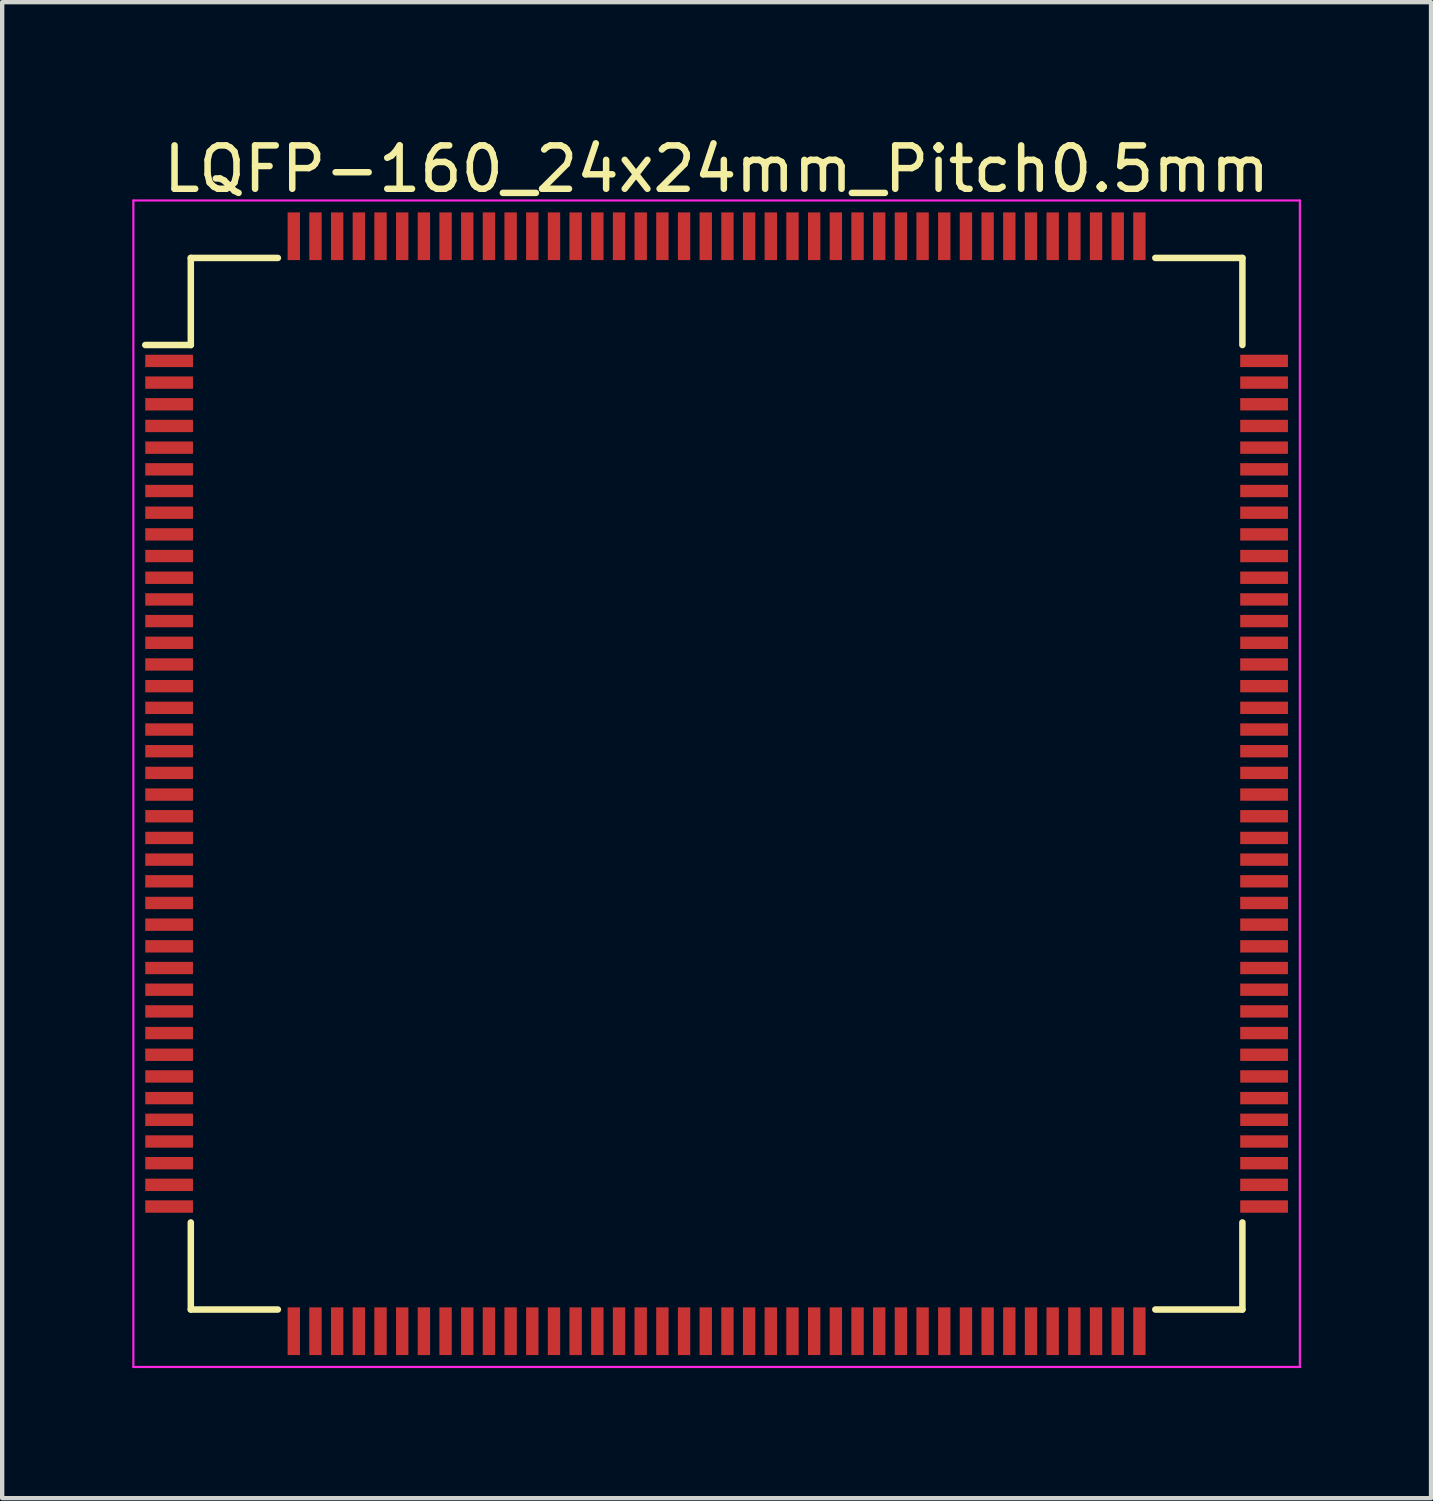
<source format=kicad_pcb>
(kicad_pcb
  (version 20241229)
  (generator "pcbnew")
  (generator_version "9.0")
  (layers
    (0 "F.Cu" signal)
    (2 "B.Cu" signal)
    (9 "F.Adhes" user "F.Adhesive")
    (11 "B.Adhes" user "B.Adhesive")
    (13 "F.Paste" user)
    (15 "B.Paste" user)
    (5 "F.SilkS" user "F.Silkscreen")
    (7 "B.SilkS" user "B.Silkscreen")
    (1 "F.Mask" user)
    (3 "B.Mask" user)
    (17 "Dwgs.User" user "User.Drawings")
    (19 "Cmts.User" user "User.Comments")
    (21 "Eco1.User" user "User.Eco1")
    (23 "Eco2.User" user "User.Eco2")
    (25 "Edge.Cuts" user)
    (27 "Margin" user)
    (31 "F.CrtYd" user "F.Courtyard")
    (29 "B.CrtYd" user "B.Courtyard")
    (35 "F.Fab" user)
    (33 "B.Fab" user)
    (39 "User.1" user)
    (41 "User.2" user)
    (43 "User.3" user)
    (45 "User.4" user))
  (footprint "LQFP-160_24x24mm_Pitch0.5mm"
    (layer "F.Cu")
    (at 13.475 15.023)
    (property "Reference" "LQFP-160_24x24mm_Pitch0.5mm" (at 0 -14.175 0) (layer "F.SilkS") (effects (font (size 1 1) (thickness 0.15))))
    (attr smd)
    (fp_line (start -12.125 -12.125) (end -12.125 -10.117) (stroke (width 0.15) (type solid)) (layer "F.SilkS"))
    (fp_line (start -12.125 -12.125) (end -10.117 -12.125) (stroke (width 0.15) (type solid)) (layer "F.SilkS"))
    (fp_line (start -12.125 -10.117) (end -13.175 -10.117) (stroke (width 0.15) (type solid)) (layer "F.SilkS"))
    (fp_line (start -12.125 12.125) (end -12.125 10.117) (stroke (width 0.15) (type solid)) (layer "F.SilkS"))
    (fp_line (start -12.125 12.125) (end -10.117 12.125) (stroke (width 0.15) (type solid)) (layer "F.SilkS"))
    (fp_line (start 12.125 -12.125) (end 10.117 -12.125) (stroke (width 0.15) (type solid)) (layer "F.SilkS"))
    (fp_line (start 12.125 -12.125) (end 12.125 -10.117) (stroke (width 0.15) (type solid)) (layer "F.SilkS"))
    (fp_line (start 12.125 12.125) (end 10.117 12.125) (stroke (width 0.15) (type solid)) (layer "F.SilkS"))
    (fp_line (start 12.125 12.125) (end 12.125 10.117) (stroke (width 0.15) (type solid)) (layer "F.SilkS"))
    (fp_line (start -13.45 -13.45) (end -13.45 13.45) (stroke (width 0.05) (type solid)) (layer "F.CrtYd"))
    (fp_line (start -13.45 -13.45) (end 13.45 -13.45) (stroke (width 0.05) (type solid)) (layer "F.CrtYd"))
    (fp_line (start -13.45 13.45) (end 13.45 13.45) (stroke (width 0.05) (type solid)) (layer "F.CrtYd"))
    (fp_line (start 13.45 -13.45) (end 13.45 13.45) (stroke (width 0.05) (type solid)) (layer "F.CrtYd"))
    (pad "1" smd rect (at -12.625 -9.75) (size 1.1 0.285) (layers "F.Cu" "F.Mask" "F.Paste"))
    (pad "2" smd rect (at -12.625 -9.25) (size 1.1 0.285) (layers "F.Cu" "F.Mask" "F.Paste"))
    (pad "3" smd rect (at -12.625 -8.75) (size 1.1 0.285) (layers "F.Cu" "F.Mask" "F.Paste"))
    (pad "4" smd rect (at -12.625 -8.25) (size 1.1 0.285) (layers "F.Cu" "F.Mask" "F.Paste"))
    (pad "5" smd rect (at -12.625 -7.75) (size 1.1 0.285) (layers "F.Cu" "F.Mask" "F.Paste"))
    (pad "6" smd rect (at -12.625 -7.25) (size 1.1 0.285) (layers "F.Cu" "F.Mask" "F.Paste"))
    (pad "7" smd rect (at -12.625 -6.75) (size 1.1 0.285) (layers "F.Cu" "F.Mask" "F.Paste"))
    (pad "8" smd rect (at -12.625 -6.25) (size 1.1 0.285) (layers "F.Cu" "F.Mask" "F.Paste"))
    (pad "9" smd rect (at -12.625 -5.75) (size 1.1 0.285) (layers "F.Cu" "F.Mask" "F.Paste"))
    (pad "10" smd rect (at -12.625 -5.25) (size 1.1 0.285) (layers "F.Cu" "F.Mask" "F.Paste"))
    (pad "11" smd rect (at -12.625 -4.75) (size 1.1 0.285) (layers "F.Cu" "F.Mask" "F.Paste"))
    (pad "12" smd rect (at -12.625 -4.25) (size 1.1 0.285) (layers "F.Cu" "F.Mask" "F.Paste"))
    (pad "13" smd rect (at -12.625 -3.75) (size 1.1 0.285) (layers "F.Cu" "F.Mask" "F.Paste"))
    (pad "14" smd rect (at -12.625 -3.25) (size 1.1 0.285) (layers "F.Cu" "F.Mask" "F.Paste"))
    (pad "15" smd rect (at -12.625 -2.75) (size 1.1 0.285) (layers "F.Cu" "F.Mask" "F.Paste"))
    (pad "16" smd rect (at -12.625 -2.25) (size 1.1 0.285) (layers "F.Cu" "F.Mask" "F.Paste"))
    (pad "17" smd rect (at -12.625 -1.75) (size 1.1 0.285) (layers "F.Cu" "F.Mask" "F.Paste"))
    (pad "18" smd rect (at -12.625 -1.25) (size 1.1 0.285) (layers "F.Cu" "F.Mask" "F.Paste"))
    (pad "19" smd rect (at -12.625 -0.75) (size 1.1 0.285) (layers "F.Cu" "F.Mask" "F.Paste"))
    (pad "20" smd rect (at -12.625 -0.25) (size 1.1 0.285) (layers "F.Cu" "F.Mask" "F.Paste"))
    (pad "21" smd rect (at -12.625 0.25) (size 1.1 0.285) (layers "F.Cu" "F.Mask" "F.Paste"))
    (pad "22" smd rect (at -12.625 0.75) (size 1.1 0.285) (layers "F.Cu" "F.Mask" "F.Paste"))
    (pad "23" smd rect (at -12.625 1.25) (size 1.1 0.285) (layers "F.Cu" "F.Mask" "F.Paste"))
    (pad "24" smd rect (at -12.625 1.75) (size 1.1 0.285) (layers "F.Cu" "F.Mask" "F.Paste"))
    (pad "25" smd rect (at -12.625 2.25) (size 1.1 0.285) (layers "F.Cu" "F.Mask" "F.Paste"))
    (pad "26" smd rect (at -12.625 2.75) (size 1.1 0.285) (layers "F.Cu" "F.Mask" "F.Paste"))
    (pad "27" smd rect (at -12.625 3.25) (size 1.1 0.285) (layers "F.Cu" "F.Mask" "F.Paste"))
    (pad "28" smd rect (at -12.625 3.75) (size 1.1 0.285) (layers "F.Cu" "F.Mask" "F.Paste"))
    (pad "29" smd rect (at -12.625 4.25) (size 1.1 0.285) (layers "F.Cu" "F.Mask" "F.Paste"))
    (pad "30" smd rect (at -12.625 4.75) (size 1.1 0.285) (layers "F.Cu" "F.Mask" "F.Paste"))
    (pad "31" smd rect (at -12.625 5.25) (size 1.1 0.285) (layers "F.Cu" "F.Mask" "F.Paste"))
    (pad "32" smd rect (at -12.625 5.75) (size 1.1 0.285) (layers "F.Cu" "F.Mask" "F.Paste"))
    (pad "33" smd rect (at -12.625 6.25) (size 1.1 0.285) (layers "F.Cu" "F.Mask" "F.Paste"))
    (pad "34" smd rect (at -12.625 6.75) (size 1.1 0.285) (layers "F.Cu" "F.Mask" "F.Paste"))
    (pad "35" smd rect (at -12.625 7.25) (size 1.1 0.285) (layers "F.Cu" "F.Mask" "F.Paste"))
    (pad "36" smd rect (at -12.625 7.75) (size 1.1 0.285) (layers "F.Cu" "F.Mask" "F.Paste"))
    (pad "37" smd rect (at -12.625 8.25) (size 1.1 0.285) (layers "F.Cu" "F.Mask" "F.Paste"))
    (pad "38" smd rect (at -12.625 8.75) (size 1.1 0.285) (layers "F.Cu" "F.Mask" "F.Paste"))
    (pad "39" smd rect (at -12.625 9.25) (size 1.1 0.285) (layers "F.Cu" "F.Mask" "F.Paste"))
    (pad "40" smd rect (at -12.625 9.75) (size 1.1 0.285) (layers "F.Cu" "F.Mask" "F.Paste"))
    (pad "41" smd rect (at -9.75 12.625 90) (size 1.1 0.285) (layers "F.Cu" "F.Mask" "F.Paste"))
    (pad "42" smd rect (at -9.25 12.625 90) (size 1.1 0.285) (layers "F.Cu" "F.Mask" "F.Paste"))
    (pad "43" smd rect (at -8.75 12.625 90) (size 1.1 0.285) (layers "F.Cu" "F.Mask" "F.Paste"))
    (pad "44" smd rect (at -8.25 12.625 90) (size 1.1 0.285) (layers "F.Cu" "F.Mask" "F.Paste"))
    (pad "45" smd rect (at -7.75 12.625 90) (size 1.1 0.285) (layers "F.Cu" "F.Mask" "F.Paste"))
    (pad "46" smd rect (at -7.25 12.625 90) (size 1.1 0.285) (layers "F.Cu" "F.Mask" "F.Paste"))
    (pad "47" smd rect (at -6.75 12.625 90) (size 1.1 0.285) (layers "F.Cu" "F.Mask" "F.Paste"))
    (pad "48" smd rect (at -6.25 12.625 90) (size 1.1 0.285) (layers "F.Cu" "F.Mask" "F.Paste"))
    (pad "49" smd rect (at -5.75 12.625 90) (size 1.1 0.285) (layers "F.Cu" "F.Mask" "F.Paste"))
    (pad "50" smd rect (at -5.25 12.625 90) (size 1.1 0.285) (layers "F.Cu" "F.Mask" "F.Paste"))
    (pad "51" smd rect (at -4.75 12.625 90) (size 1.1 0.285) (layers "F.Cu" "F.Mask" "F.Paste"))
    (pad "52" smd rect (at -4.25 12.625 90) (size 1.1 0.285) (layers "F.Cu" "F.Mask" "F.Paste"))
    (pad "53" smd rect (at -3.75 12.625 90) (size 1.1 0.285) (layers "F.Cu" "F.Mask" "F.Paste"))
    (pad "54" smd rect (at -3.25 12.625 90) (size 1.1 0.285) (layers "F.Cu" "F.Mask" "F.Paste"))
    (pad "55" smd rect (at -2.75 12.625 90) (size 1.1 0.285) (layers "F.Cu" "F.Mask" "F.Paste"))
    (pad "56" smd rect (at -2.25 12.625 90) (size 1.1 0.285) (layers "F.Cu" "F.Mask" "F.Paste"))
    (pad "57" smd rect (at -1.75 12.625 90) (size 1.1 0.285) (layers "F.Cu" "F.Mask" "F.Paste"))
    (pad "58" smd rect (at -1.25 12.625 90) (size 1.1 0.285) (layers "F.Cu" "F.Mask" "F.Paste"))
    (pad "59" smd rect (at -0.75 12.625 90) (size 1.1 0.285) (layers "F.Cu" "F.Mask" "F.Paste"))
    (pad "60" smd rect (at -0.25 12.625 90) (size 1.1 0.285) (layers "F.Cu" "F.Mask" "F.Paste"))
    (pad "61" smd rect (at 0.25 12.625 90) (size 1.1 0.285) (layers "F.Cu" "F.Mask" "F.Paste"))
    (pad "62" smd rect (at 0.75 12.625 90) (size 1.1 0.285) (layers "F.Cu" "F.Mask" "F.Paste"))
    (pad "63" smd rect (at 1.25 12.625 90) (size 1.1 0.285) (layers "F.Cu" "F.Mask" "F.Paste"))
    (pad "64" smd rect (at 1.75 12.625 90) (size 1.1 0.285) (layers "F.Cu" "F.Mask" "F.Paste"))
    (pad "65" smd rect (at 2.25 12.625 90) (size 1.1 0.285) (layers "F.Cu" "F.Mask" "F.Paste"))
    (pad "66" smd rect (at 2.75 12.625 90) (size 1.1 0.285) (layers "F.Cu" "F.Mask" "F.Paste"))
    (pad "67" smd rect (at 3.25 12.625 90) (size 1.1 0.285) (layers "F.Cu" "F.Mask" "F.Paste"))
    (pad "68" smd rect (at 3.75 12.625 90) (size 1.1 0.285) (layers "F.Cu" "F.Mask" "F.Paste"))
    (pad "69" smd rect (at 4.25 12.625 90) (size 1.1 0.285) (layers "F.Cu" "F.Mask" "F.Paste"))
    (pad "70" smd rect (at 4.75 12.625 90) (size 1.1 0.285) (layers "F.Cu" "F.Mask" "F.Paste"))
    (pad "71" smd rect (at 5.25 12.625 90) (size 1.1 0.285) (layers "F.Cu" "F.Mask" "F.Paste"))
    (pad "72" smd rect (at 5.75 12.625 90) (size 1.1 0.285) (layers "F.Cu" "F.Mask" "F.Paste"))
    (pad "73" smd rect (at 6.25 12.625 90) (size 1.1 0.285) (layers "F.Cu" "F.Mask" "F.Paste"))
    (pad "74" smd rect (at 6.75 12.625 90) (size 1.1 0.285) (layers "F.Cu" "F.Mask" "F.Paste"))
    (pad "75" smd rect (at 7.25 12.625 90) (size 1.1 0.285) (layers "F.Cu" "F.Mask" "F.Paste"))
    (pad "76" smd rect (at 7.75 12.625 90) (size 1.1 0.285) (layers "F.Cu" "F.Mask" "F.Paste"))
    (pad "77" smd rect (at 8.25 12.625 90) (size 1.1 0.285) (layers "F.Cu" "F.Mask" "F.Paste"))
    (pad "78" smd rect (at 8.75 12.625 90) (size 1.1 0.285) (layers "F.Cu" "F.Mask" "F.Paste"))
    (pad "79" smd rect (at 9.25 12.625 90) (size 1.1 0.285) (layers "F.Cu" "F.Mask" "F.Paste"))
    (pad "80" smd rect (at 9.75 12.625 90) (size 1.1 0.285) (layers "F.Cu" "F.Mask" "F.Paste"))
    (pad "81" smd rect (at 12.625 9.75) (size 1.1 0.285) (layers "F.Cu" "F.Mask" "F.Paste"))
    (pad "82" smd rect (at 12.625 9.25) (size 1.1 0.285) (layers "F.Cu" "F.Mask" "F.Paste"))
    (pad "83" smd rect (at 12.625 8.75) (size 1.1 0.285) (layers "F.Cu" "F.Mask" "F.Paste"))
    (pad "84" smd rect (at 12.625 8.25) (size 1.1 0.285) (layers "F.Cu" "F.Mask" "F.Paste"))
    (pad "85" smd rect (at 12.625 7.75) (size 1.1 0.285) (layers "F.Cu" "F.Mask" "F.Paste"))
    (pad "86" smd rect (at 12.625 7.25) (size 1.1 0.285) (layers "F.Cu" "F.Mask" "F.Paste"))
    (pad "87" smd rect (at 12.625 6.75) (size 1.1 0.285) (layers "F.Cu" "F.Mask" "F.Paste"))
    (pad "88" smd rect (at 12.625 6.25) (size 1.1 0.285) (layers "F.Cu" "F.Mask" "F.Paste"))
    (pad "89" smd rect (at 12.625 5.75) (size 1.1 0.285) (layers "F.Cu" "F.Mask" "F.Paste"))
    (pad "90" smd rect (at 12.625 5.25) (size 1.1 0.285) (layers "F.Cu" "F.Mask" "F.Paste"))
    (pad "91" smd rect (at 12.625 4.75) (size 1.1 0.285) (layers "F.Cu" "F.Mask" "F.Paste"))
    (pad "92" smd rect (at 12.625 4.25) (size 1.1 0.285) (layers "F.Cu" "F.Mask" "F.Paste"))
    (pad "93" smd rect (at 12.625 3.75) (size 1.1 0.285) (layers "F.Cu" "F.Mask" "F.Paste"))
    (pad "94" smd rect (at 12.625 3.25) (size 1.1 0.285) (layers "F.Cu" "F.Mask" "F.Paste"))
    (pad "95" smd rect (at 12.625 2.75) (size 1.1 0.285) (layers "F.Cu" "F.Mask" "F.Paste"))
    (pad "96" smd rect (at 12.625 2.25) (size 1.1 0.285) (layers "F.Cu" "F.Mask" "F.Paste"))
    (pad "97" smd rect (at 12.625 1.75) (size 1.1 0.285) (layers "F.Cu" "F.Mask" "F.Paste"))
    (pad "98" smd rect (at 12.625 1.25) (size 1.1 0.285) (layers "F.Cu" "F.Mask" "F.Paste"))
    (pad "99" smd rect (at 12.625 0.75) (size 1.1 0.285) (layers "F.Cu" "F.Mask" "F.Paste"))
    (pad "100" smd rect (at 12.625 0.25) (size 1.1 0.285) (layers "F.Cu" "F.Mask" "F.Paste"))
    (pad "101" smd rect (at 12.625 -0.25) (size 1.1 0.285) (layers "F.Cu" "F.Mask" "F.Paste"))
    (pad "102" smd rect (at 12.625 -0.75) (size 1.1 0.285) (layers "F.Cu" "F.Mask" "F.Paste"))
    (pad "103" smd rect (at 12.625 -1.25) (size 1.1 0.285) (layers "F.Cu" "F.Mask" "F.Paste"))
    (pad "104" smd rect (at 12.625 -1.75) (size 1.1 0.285) (layers "F.Cu" "F.Mask" "F.Paste"))
    (pad "105" smd rect (at 12.625 -2.25) (size 1.1 0.285) (layers "F.Cu" "F.Mask" "F.Paste"))
    (pad "106" smd rect (at 12.625 -2.75) (size 1.1 0.285) (layers "F.Cu" "F.Mask" "F.Paste"))
    (pad "107" smd rect (at 12.625 -3.25) (size 1.1 0.285) (layers "F.Cu" "F.Mask" "F.Paste"))
    (pad "108" smd rect (at 12.625 -3.75) (size 1.1 0.285) (layers "F.Cu" "F.Mask" "F.Paste"))
    (pad "109" smd rect (at 12.625 -4.25) (size 1.1 0.285) (layers "F.Cu" "F.Mask" "F.Paste"))
    (pad "110" smd rect (at 12.625 -4.75) (size 1.1 0.285) (layers "F.Cu" "F.Mask" "F.Paste"))
    (pad "111" smd rect (at 12.625 -5.25) (size 1.1 0.285) (layers "F.Cu" "F.Mask" "F.Paste"))
    (pad "112" smd rect (at 12.625 -5.75) (size 1.1 0.285) (layers "F.Cu" "F.Mask" "F.Paste"))
    (pad "113" smd rect (at 12.625 -6.25) (size 1.1 0.285) (layers "F.Cu" "F.Mask" "F.Paste"))
    (pad "114" smd rect (at 12.625 -6.75) (size 1.1 0.285) (layers "F.Cu" "F.Mask" "F.Paste"))
    (pad "115" smd rect (at 12.625 -7.25) (size 1.1 0.285) (layers "F.Cu" "F.Mask" "F.Paste"))
    (pad "116" smd rect (at 12.625 -7.75) (size 1.1 0.285) (layers "F.Cu" "F.Mask" "F.Paste"))
    (pad "117" smd rect (at 12.625 -8.25) (size 1.1 0.285) (layers "F.Cu" "F.Mask" "F.Paste"))
    (pad "118" smd rect (at 12.625 -8.75) (size 1.1 0.285) (layers "F.Cu" "F.Mask" "F.Paste"))
    (pad "119" smd rect (at 12.625 -9.25) (size 1.1 0.285) (layers "F.Cu" "F.Mask" "F.Paste"))
    (pad "120" smd rect (at 12.625 -9.75) (size 1.1 0.285) (layers "F.Cu" "F.Mask" "F.Paste"))
    (pad "121" smd rect (at 9.75 -12.625 90) (size 1.1 0.285) (layers "F.Cu" "F.Mask" "F.Paste"))
    (pad "122" smd rect (at 9.25 -12.625 90) (size 1.1 0.285) (layers "F.Cu" "F.Mask" "F.Paste"))
    (pad "123" smd rect (at 8.75 -12.625 90) (size 1.1 0.285) (layers "F.Cu" "F.Mask" "F.Paste"))
    (pad "124" smd rect (at 8.25 -12.625 90) (size 1.1 0.285) (layers "F.Cu" "F.Mask" "F.Paste"))
    (pad "125" smd rect (at 7.75 -12.625 90) (size 1.1 0.285) (layers "F.Cu" "F.Mask" "F.Paste"))
    (pad "126" smd rect (at 7.25 -12.625 90) (size 1.1 0.285) (layers "F.Cu" "F.Mask" "F.Paste"))
    (pad "127" smd rect (at 6.75 -12.625 90) (size 1.1 0.285) (layers "F.Cu" "F.Mask" "F.Paste"))
    (pad "128" smd rect (at 6.25 -12.625 90) (size 1.1 0.285) (layers "F.Cu" "F.Mask" "F.Paste"))
    (pad "129" smd rect (at 5.75 -12.625 90) (size 1.1 0.285) (layers "F.Cu" "F.Mask" "F.Paste"))
    (pad "130" smd rect (at 5.25 -12.625 90) (size 1.1 0.285) (layers "F.Cu" "F.Mask" "F.Paste"))
    (pad "131" smd rect (at 4.75 -12.625 90) (size 1.1 0.285) (layers "F.Cu" "F.Mask" "F.Paste"))
    (pad "132" smd rect (at 4.25 -12.625 90) (size 1.1 0.285) (layers "F.Cu" "F.Mask" "F.Paste"))
    (pad "133" smd rect (at 3.75 -12.625 90) (size 1.1 0.285) (layers "F.Cu" "F.Mask" "F.Paste"))
    (pad "134" smd rect (at 3.25 -12.625 90) (size 1.1 0.285) (layers "F.Cu" "F.Mask" "F.Paste"))
    (pad "135" smd rect (at 2.75 -12.625 90) (size 1.1 0.285) (layers "F.Cu" "F.Mask" "F.Paste"))
    (pad "136" smd rect (at 2.25 -12.625 90) (size 1.1 0.285) (layers "F.Cu" "F.Mask" "F.Paste"))
    (pad "137" smd rect (at 1.75 -12.625 90) (size 1.1 0.285) (layers "F.Cu" "F.Mask" "F.Paste"))
    (pad "138" smd rect (at 1.25 -12.625 90) (size 1.1 0.285) (layers "F.Cu" "F.Mask" "F.Paste"))
    (pad "139" smd rect (at 0.75 -12.625 90) (size 1.1 0.285) (layers "F.Cu" "F.Mask" "F.Paste"))
    (pad "140" smd rect (at 0.25 -12.625 90) (size 1.1 0.285) (layers "F.Cu" "F.Mask" "F.Paste"))
    (pad "141" smd rect (at -0.25 -12.625 90) (size 1.1 0.285) (layers "F.Cu" "F.Mask" "F.Paste"))
    (pad "142" smd rect (at -0.75 -12.625 90) (size 1.1 0.285) (layers "F.Cu" "F.Mask" "F.Paste"))
    (pad "143" smd rect (at -1.25 -12.625 90) (size 1.1 0.285) (layers "F.Cu" "F.Mask" "F.Paste"))
    (pad "144" smd rect (at -1.75 -12.625 90) (size 1.1 0.285) (layers "F.Cu" "F.Mask" "F.Paste"))
    (pad "145" smd rect (at -2.25 -12.625 90) (size 1.1 0.285) (layers "F.Cu" "F.Mask" "F.Paste"))
    (pad "146" smd rect (at -2.75 -12.625 90) (size 1.1 0.285) (layers "F.Cu" "F.Mask" "F.Paste"))
    (pad "147" smd rect (at -3.25 -12.625 90) (size 1.1 0.285) (layers "F.Cu" "F.Mask" "F.Paste"))
    (pad "148" smd rect (at -3.75 -12.625 90) (size 1.1 0.285) (layers "F.Cu" "F.Mask" "F.Paste"))
    (pad "149" smd rect (at -4.25 -12.625 90) (size 1.1 0.285) (layers "F.Cu" "F.Mask" "F.Paste"))
    (pad "150" smd rect (at -4.75 -12.625 90) (size 1.1 0.285) (layers "F.Cu" "F.Mask" "F.Paste"))
    (pad "151" smd rect (at -5.25 -12.625 90) (size 1.1 0.285) (layers "F.Cu" "F.Mask" "F.Paste"))
    (pad "152" smd rect (at -5.75 -12.625 90) (size 1.1 0.285) (layers "F.Cu" "F.Mask" "F.Paste"))
    (pad "153" smd rect (at -6.25 -12.625 90) (size 1.1 0.285) (layers "F.Cu" "F.Mask" "F.Paste"))
    (pad "154" smd rect (at -6.75 -12.625 90) (size 1.1 0.285) (layers "F.Cu" "F.Mask" "F.Paste"))
    (pad "155" smd rect (at -7.25 -12.625 90) (size 1.1 0.285) (layers "F.Cu" "F.Mask" "F.Paste"))
    (pad "156" smd rect (at -7.75 -12.625 90) (size 1.1 0.285) (layers "F.Cu" "F.Mask" "F.Paste"))
    (pad "157" smd rect (at -8.25 -12.625 90) (size 1.1 0.285) (layers "F.Cu" "F.Mask" "F.Paste"))
    (pad "158" smd rect (at -8.75 -12.625 90) (size 1.1 0.285) (layers "F.Cu" "F.Mask" "F.Paste"))
    (pad "159" smd rect (at -9.25 -12.625 90) (size 1.1 0.285) (layers "F.Cu" "F.Mask" "F.Paste"))
    (pad "160" smd rect (at -9.75 -12.625 90) (size 1.1 0.285) (layers "F.Cu" "F.Mask" "F.Paste")))
  (gr_rect
    (start -3 -3)
    (end 29.95 31.498)
    (stroke (width 0.1) (type default))
    (fill no)
    (layer "Edge.Cuts")))
</source>
